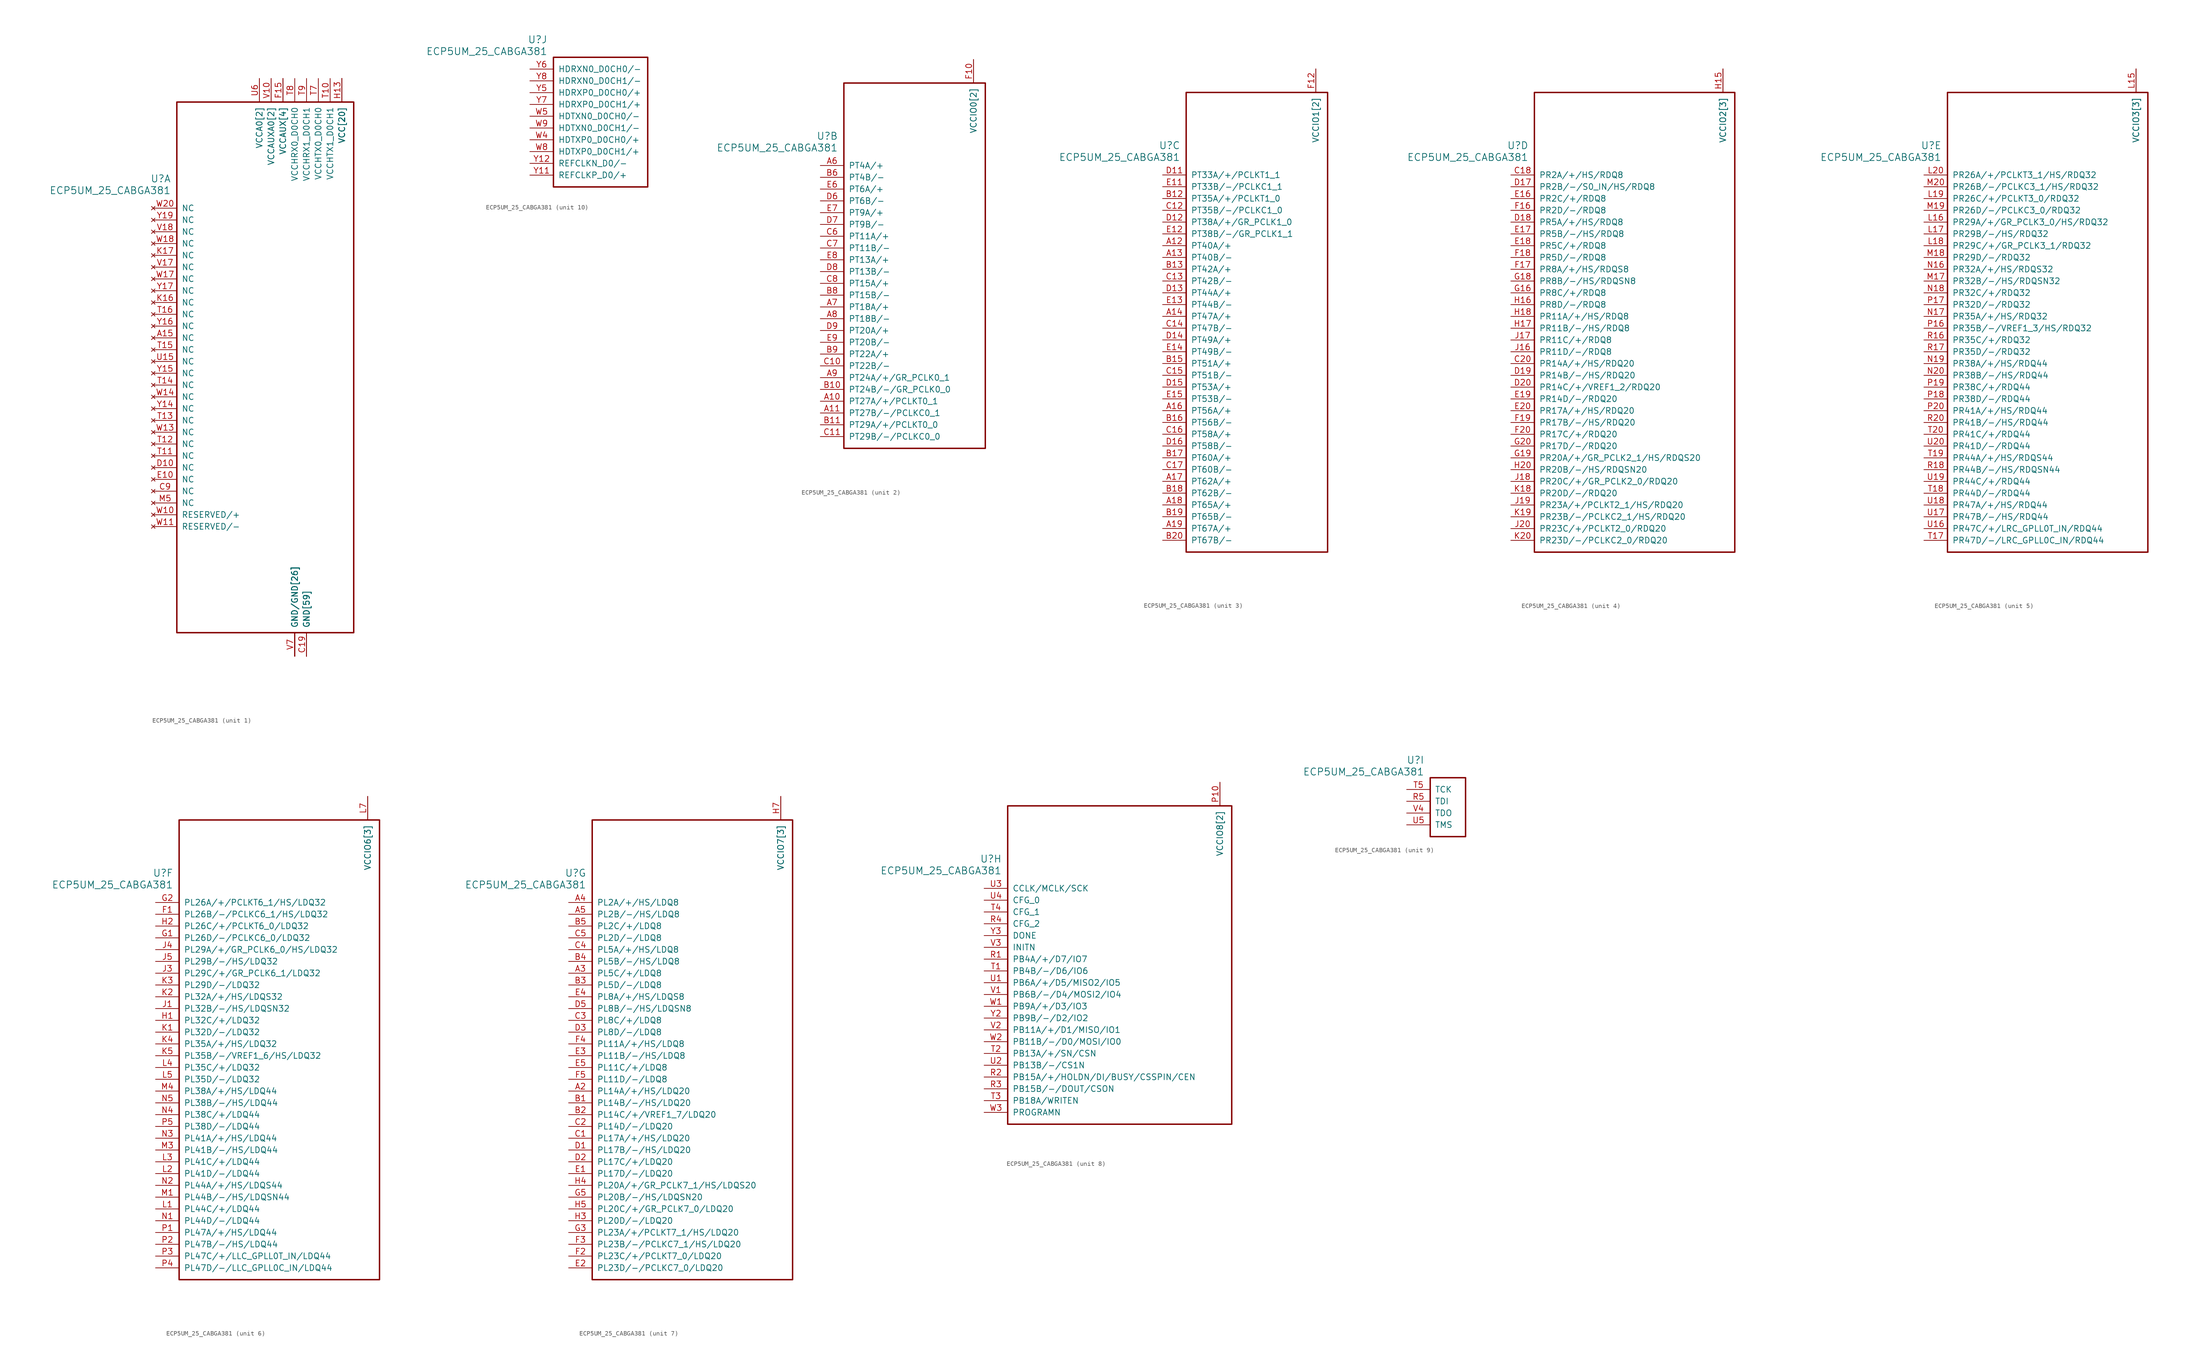
<source format=kicad_sym>
(kicad_symbol_lib
  (version 20231120)
  (generator "kicad_symbol_editor")
  (generator_version "8.0")
  (symbol "ECP5UM_25_CABGA381"
    (pin_names
      (offset 1.016))
    (property "Reference" "U"
      (at 3.81 6.35 0)
      (effects (font (size 1.524 1.524)) (justify right)))
    (property "Value" "ECP5UM_25_CABGA381"
      (at 3.81 3.81 0)
      (effects (font (size 1.524 1.524)) (justify right)))
    (property "ki_locked" ""
      (at 0 0 0)
      (effects (font (size 1.27 1.27))))
    (symbol "ECP5UM_25_CABGA381_1_1"
      (rectangle (start 5.08 22.86) (end 43.18 -91.44) (stroke (width 0.305) (type default)) (fill (type none)))
      (pin no_connect line (at 0 -27.94 0) (length 5.08) (name "NC" (effects (font (size 1.27 1.27)))) (number "A15" (effects (font (size 1.27 1.27)))))
      (pin power_in line (at 33.02 -96.52 90) (length 5.08) (name "GND[59]" (effects (font (size 1.27 1.27)))) (number "B14" (effects (font (size 0 0)))))
      (pin power_in line (at 33.02 -96.52 90) (length 5.08) (name "GND[59]" (effects (font (size 1.27 1.27)))) (number "B7" (effects (font (size 0 0)))))
      (pin power_in line (at 33.02 -96.52 90) (length 5.08) (name "GND[59]" (effects (font (size 1.27 1.27)))) (number "C19" (effects (font (size 1.27 1.27)))))
      (pin no_connect line (at 0 -60.96 0) (length 5.08) (name "NC" (effects (font (size 1.27 1.27)))) (number "C9" (effects (font (size 1.27 1.27)))))
      (pin no_connect line (at 0 -55.88 0) (length 5.08) (name "NC" (effects (font (size 1.27 1.27)))) (number "D10" (effects (font (size 1.27 1.27)))))
      (pin power_in line (at 33.02 -96.52 90) (length 5.08) (name "GND[59]" (effects (font (size 1.27 1.27)))) (number "D4" (effects (font (size 0 0)))))
      (pin no_connect line (at 0 -58.42 0) (length 5.08) (name "NC" (effects (font (size 1.27 1.27)))) (number "E10" (effects (font (size 1.27 1.27)))))
      (pin power_in line (at 33.02 -96.52 90) (length 5.08) (name "GND[59]" (effects (font (size 1.27 1.27)))) (number "F13" (effects (font (size 0 0)))))
      (pin power_in line (at 33.02 -96.52 90) (length 5.08) (name "GND[59]" (effects (font (size 1.27 1.27)))) (number "F14" (effects (font (size 0 0)))))
      (pin power_in line (at 27.94 27.94 270) (length 5.08) (name "VCCAUX[4]" (effects (font (size 1.27 1.27)))) (number "F15" (effects (font (size 1.27 1.27)))))
      (pin power_in line (at 27.94 27.94 270) (length 5.08) (name "VCCAUX[4]" (effects (font (size 1.27 1.27)))) (number "F6" (effects (font (size 0 0)))))
      (pin power_in line (at 33.02 -96.52 90) (length 5.08) (name "GND[59]" (effects (font (size 1.27 1.27)))) (number "F7" (effects (font (size 0 0)))))
      (pin power_in line (at 33.02 -96.52 90) (length 5.08) (name "GND[59]" (effects (font (size 1.27 1.27)))) (number "F8" (effects (font (size 0 0)))))
      (pin power_in line (at 33.02 -96.52 90) (length 5.08) (name "GND[59]" (effects (font (size 1.27 1.27)))) (number "G10" (effects (font (size 0 0)))))
      (pin power_in line (at 33.02 -96.52 90) (length 5.08) (name "GND[59]" (effects (font (size 1.27 1.27)))) (number "G11" (effects (font (size 0 0)))))
      (pin power_in line (at 33.02 -96.52 90) (length 5.08) (name "GND[59]" (effects (font (size 1.27 1.27)))) (number "G12" (effects (font (size 0 0)))))
      (pin power_in line (at 33.02 -96.52 90) (length 5.08) (name "GND[59]" (effects (font (size 1.27 1.27)))) (number "G13" (effects (font (size 0 0)))))
      (pin power_in line (at 33.02 -96.52 90) (length 5.08) (name "GND[59]" (effects (font (size 1.27 1.27)))) (number "G14" (effects (font (size 0 0)))))
      (pin power_in line (at 33.02 -96.52 90) (length 5.08) (name "GND[59]" (effects (font (size 1.27 1.27)))) (number "G15" (effects (font (size 0 0)))))
      (pin power_in line (at 33.02 -96.52 90) (length 5.08) (name "GND[59]" (effects (font (size 1.27 1.27)))) (number "G17" (effects (font (size 0 0)))))
      (pin power_in line (at 33.02 -96.52 90) (length 5.08) (name "GND[59]" (effects (font (size 1.27 1.27)))) (number "G4" (effects (font (size 0 0)))))
      (pin power_in line (at 33.02 -96.52 90) (length 5.08) (name "GND[59]" (effects (font (size 1.27 1.27)))) (number "G6" (effects (font (size 0 0)))))
      (pin power_in line (at 33.02 -96.52 90) (length 5.08) (name "GND[59]" (effects (font (size 1.27 1.27)))) (number "G7" (effects (font (size 0 0)))))
      (pin power_in line (at 33.02 -96.52 90) (length 5.08) (name "GND[59]" (effects (font (size 1.27 1.27)))) (number "G8" (effects (font (size 0 0)))))
      (pin power_in line (at 33.02 -96.52 90) (length 5.08) (name "GND[59]" (effects (font (size 1.27 1.27)))) (number "G9" (effects (font (size 0 0)))))
      (pin power_in line (at 40.64 27.94 270) (length 5.08) (name "VCC[20]" (effects (font (size 1.27 1.27)))) (number "H10" (effects (font (size 0 0)))))
      (pin power_in line (at 40.64 27.94 270) (length 5.08) (name "VCC[20]" (effects (font (size 1.27 1.27)))) (number "H11" (effects (font (size 0 0)))))
      (pin power_in line (at 40.64 27.94 270) (length 5.08) (name "VCC[20]" (effects (font (size 1.27 1.27)))) (number "H12" (effects (font (size 0 0)))))
      (pin power_in line (at 40.64 27.94 270) (length 5.08) (name "VCC[20]" (effects (font (size 1.27 1.27)))) (number "H13" (effects (font (size 1.27 1.27)))))
      (pin power_in line (at 33.02 -96.52 90) (length 5.08) (name "GND[59]" (effects (font (size 1.27 1.27)))) (number "H19" (effects (font (size 0 0)))))
      (pin power_in line (at 40.64 27.94 270) (length 5.08) (name "VCC[20]" (effects (font (size 1.27 1.27)))) (number "H8" (effects (font (size 0 0)))))
      (pin power_in line (at 40.64 27.94 270) (length 5.08) (name "VCC[20]" (effects (font (size 1.27 1.27)))) (number "H9" (effects (font (size 0 0)))))
      (pin power_in line (at 33.02 -96.52 90) (length 5.08) (name "GND[59]" (effects (font (size 1.27 1.27)))) (number "J10" (effects (font (size 0 0)))))
      (pin power_in line (at 33.02 -96.52 90) (length 5.08) (name "GND[59]" (effects (font (size 1.27 1.27)))) (number "J11" (effects (font (size 0 0)))))
      (pin power_in line (at 33.02 -96.52 90) (length 5.08) (name "GND[59]" (effects (font (size 1.27 1.27)))) (number "J12" (effects (font (size 0 0)))))
      (pin power_in line (at 40.64 27.94 270) (length 5.08) (name "VCC[20]" (effects (font (size 1.27 1.27)))) (number "J13" (effects (font (size 0 0)))))
      (pin power_in line (at 33.02 -96.52 90) (length 5.08) (name "GND[59]" (effects (font (size 1.27 1.27)))) (number "J14" (effects (font (size 0 0)))))
      (pin power_in line (at 33.02 -96.52 90) (length 5.08) (name "GND[59]" (effects (font (size 1.27 1.27)))) (number "J2" (effects (font (size 0 0)))))
      (pin power_in line (at 33.02 -96.52 90) (length 5.08) (name "GND[59]" (effects (font (size 1.27 1.27)))) (number "J7" (effects (font (size 0 0)))))
      (pin power_in line (at 40.64 27.94 270) (length 5.08) (name "VCC[20]" (effects (font (size 1.27 1.27)))) (number "J8" (effects (font (size 0 0)))))
      (pin power_in line (at 33.02 -96.52 90) (length 5.08) (name "GND[59]" (effects (font (size 1.27 1.27)))) (number "J9" (effects (font (size 0 0)))))
      (pin power_in line (at 33.02 -96.52 90) (length 5.08) (name "GND[59]" (effects (font (size 1.27 1.27)))) (number "K10" (effects (font (size 0 0)))))
      (pin power_in line (at 33.02 -96.52 90) (length 5.08) (name "GND[59]" (effects (font (size 1.27 1.27)))) (number "K11" (effects (font (size 0 0)))))
      (pin power_in line (at 33.02 -96.52 90) (length 5.08) (name "GND[59]" (effects (font (size 1.27 1.27)))) (number "K12" (effects (font (size 0 0)))))
      (pin power_in line (at 40.64 27.94 270) (length 5.08) (name "VCC[20]" (effects (font (size 1.27 1.27)))) (number "K13" (effects (font (size 0 0)))))
      (pin power_in line (at 33.02 -96.52 90) (length 5.08) (name "GND[59]" (effects (font (size 1.27 1.27)))) (number "K14" (effects (font (size 0 0)))))
      (pin power_in line (at 33.02 -96.52 90) (length 5.08) (name "GND[59]" (effects (font (size 1.27 1.27)))) (number "K15" (effects (font (size 0 0)))))
      (pin no_connect line (at 0 -20.32 0) (length 5.08) (name "NC" (effects (font (size 1.27 1.27)))) (number "K16" (effects (font (size 1.27 1.27)))))
      (pin no_connect line (at 0 -10.16 0) (length 5.08) (name "NC" (effects (font (size 1.27 1.27)))) (number "K17" (effects (font (size 1.27 1.27)))))
      (pin power_in line (at 33.02 -96.52 90) (length 5.08) (name "GND[59]" (effects (font (size 1.27 1.27)))) (number "K6" (effects (font (size 0 0)))))
      (pin power_in line (at 33.02 -96.52 90) (length 5.08) (name "GND[59]" (effects (font (size 1.27 1.27)))) (number "K7" (effects (font (size 0 0)))))
      (pin power_in line (at 40.64 27.94 270) (length 5.08) (name "VCC[20]" (effects (font (size 1.27 1.27)))) (number "K8" (effects (font (size 0 0)))))
      (pin power_in line (at 33.02 -96.52 90) (length 5.08) (name "GND[59]" (effects (font (size 1.27 1.27)))) (number "K9" (effects (font (size 0 0)))))
      (pin power_in line (at 33.02 -96.52 90) (length 5.08) (name "GND[59]" (effects (font (size 1.27 1.27)))) (number "L10" (effects (font (size 0 0)))))
      (pin power_in line (at 33.02 -96.52 90) (length 5.08) (name "GND[59]" (effects (font (size 1.27 1.27)))) (number "L11" (effects (font (size 0 0)))))
      (pin power_in line (at 33.02 -96.52 90) (length 5.08) (name "GND[59]" (effects (font (size 1.27 1.27)))) (number "L12" (effects (font (size 0 0)))))
      (pin power_in line (at 40.64 27.94 270) (length 5.08) (name "VCC[20]" (effects (font (size 1.27 1.27)))) (number "L13" (effects (font (size 0 0)))))
      (pin power_in line (at 40.64 27.94 270) (length 5.08) (name "VCC[20]" (effects (font (size 1.27 1.27)))) (number "L8" (effects (font (size 0 0)))))
      (pin power_in line (at 33.02 -96.52 90) (length 5.08) (name "GND[59]" (effects (font (size 1.27 1.27)))) (number "L9" (effects (font (size 0 0)))))
      (pin power_in line (at 33.02 -96.52 90) (length 5.08) (name "GND[59]" (effects (font (size 1.27 1.27)))) (number "M10" (effects (font (size 0 0)))))
      (pin power_in line (at 33.02 -96.52 90) (length 5.08) (name "GND[59]" (effects (font (size 1.27 1.27)))) (number "M11" (effects (font (size 0 0)))))
      (pin power_in line (at 33.02 -96.52 90) (length 5.08) (name "GND[59]" (effects (font (size 1.27 1.27)))) (number "M12" (effects (font (size 0 0)))))
      (pin power_in line (at 40.64 27.94 270) (length 5.08) (name "VCC[20]" (effects (font (size 1.27 1.27)))) (number "M13" (effects (font (size 0 0)))))
      (pin power_in line (at 33.02 -96.52 90) (length 5.08) (name "GND[59]" (effects (font (size 1.27 1.27)))) (number "M14" (effects (font (size 0 0)))))
      (pin power_in line (at 33.02 -96.52 90) (length 5.08) (name "GND[59]" (effects (font (size 1.27 1.27)))) (number "M16" (effects (font (size 0 0)))))
      (pin power_in line (at 33.02 -96.52 90) (length 5.08) (name "GND[59]" (effects (font (size 1.27 1.27)))) (number "M2" (effects (font (size 0 0)))))
      (pin no_connect line (at 0 -63.5 0) (length 5.08) (name "NC" (effects (font (size 1.27 1.27)))) (number "M5" (effects (font (size 1.27 1.27)))))
      (pin power_in line (at 33.02 -96.52 90) (length 5.08) (name "GND[59]" (effects (font (size 1.27 1.27)))) (number "M7" (effects (font (size 0 0)))))
      (pin power_in line (at 40.64 27.94 270) (length 5.08) (name "VCC[20]" (effects (font (size 1.27 1.27)))) (number "M8" (effects (font (size 0 0)))))
      (pin power_in line (at 33.02 -96.52 90) (length 5.08) (name "GND[59]" (effects (font (size 1.27 1.27)))) (number "M9" (effects (font (size 0 0)))))
      (pin power_in line (at 40.64 27.94 270) (length 5.08) (name "VCC[20]" (effects (font (size 1.27 1.27)))) (number "N10" (effects (font (size 0 0)))))
      (pin power_in line (at 40.64 27.94 270) (length 5.08) (name "VCC[20]" (effects (font (size 1.27 1.27)))) (number "N11" (effects (font (size 0 0)))))
      (pin power_in line (at 40.64 27.94 270) (length 5.08) (name "VCC[20]" (effects (font (size 1.27 1.27)))) (number "N12" (effects (font (size 0 0)))))
      (pin power_in line (at 40.64 27.94 270) (length 5.08) (name "VCC[20]" (effects (font (size 1.27 1.27)))) (number "N13" (effects (font (size 0 0)))))
      (pin power_in line (at 33.02 -96.52 90) (length 5.08) (name "GND[59]" (effects (font (size 1.27 1.27)))) (number "N14" (effects (font (size 0 0)))))
      (pin power_in line (at 33.02 -96.52 90) (length 5.08) (name "GND[59]" (effects (font (size 1.27 1.27)))) (number "N15" (effects (font (size 0 0)))))
      (pin power_in line (at 33.02 -96.52 90) (length 5.08) (name "GND[59]" (effects (font (size 1.27 1.27)))) (number "N6" (effects (font (size 0 0)))))
      (pin power_in line (at 33.02 -96.52 90) (length 5.08) (name "GND[59]" (effects (font (size 1.27 1.27)))) (number "N7" (effects (font (size 0 0)))))
      (pin power_in line (at 40.64 27.94 270) (length 5.08) (name "VCC[20]" (effects (font (size 1.27 1.27)))) (number "N8" (effects (font (size 0 0)))))
      (pin power_in line (at 40.64 27.94 270) (length 5.08) (name "VCC[20]" (effects (font (size 1.27 1.27)))) (number "N9" (effects (font (size 0 0)))))
      (pin power_in line (at 33.02 -96.52 90) (length 5.08) (name "GND[59]" (effects (font (size 1.27 1.27)))) (number "P11" (effects (font (size 0 0)))))
      (pin power_in line (at 33.02 -96.52 90) (length 5.08) (name "GND[59]" (effects (font (size 1.27 1.27)))) (number "P12" (effects (font (size 0 0)))))
      (pin power_in line (at 33.02 -96.52 90) (length 5.08) (name "GND[59]" (effects (font (size 1.27 1.27)))) (number "P13" (effects (font (size 0 0)))))
      (pin power_in line (at 33.02 -96.52 90) (length 5.08) (name "GND[59]" (effects (font (size 1.27 1.27)))) (number "P14" (effects (font (size 0 0)))))
      (pin power_in line (at 27.94 27.94 270) (length 5.08) (name "VCCAUX[4]" (effects (font (size 1.27 1.27)))) (number "P15" (effects (font (size 0 0)))))
      (pin power_in line (at 27.94 27.94 270) (length 5.08) (name "VCCAUX[4]" (effects (font (size 1.27 1.27)))) (number "P6" (effects (font (size 0 0)))))
      (pin power_in line (at 33.02 -96.52 90) (length 5.08) (name "GND[59]" (effects (font (size 1.27 1.27)))) (number "P7" (effects (font (size 0 0)))))
      (pin power_in line (at 33.02 -96.52 90) (length 5.08) (name "GND[59]" (effects (font (size 1.27 1.27)))) (number "P8" (effects (font (size 0 0)))))
      (pin power_in line (at 33.02 -96.52 90) (length 5.08) (name "GND[59]" (effects (font (size 1.27 1.27)))) (number "R19" (effects (font (size 0 0)))))
      (pin power_in line (at 38.1 27.94 270) (length 5.08) (name "VCCHTX1_D0CH1" (effects (font (size 1.27 1.27)))) (number "T10" (effects (font (size 1.27 1.27)))))
      (pin no_connect line (at 0 -53.34 0) (length 5.08) (name "NC" (effects (font (size 1.27 1.27)))) (number "T11" (effects (font (size 1.27 1.27)))))
      (pin no_connect line (at 0 -50.8 0) (length 5.08) (name "NC" (effects (font (size 1.27 1.27)))) (number "T12" (effects (font (size 1.27 1.27)))))
      (pin no_connect line (at 0 -45.72 0) (length 5.08) (name "NC" (effects (font (size 1.27 1.27)))) (number "T13" (effects (font (size 1.27 1.27)))))
      (pin no_connect line (at 0 -38.1 0) (length 5.08) (name "NC" (effects (font (size 1.27 1.27)))) (number "T14" (effects (font (size 1.27 1.27)))))
      (pin no_connect line (at 0 -30.48 0) (length 5.08) (name "NC" (effects (font (size 1.27 1.27)))) (number "T15" (effects (font (size 1.27 1.27)))))
      (pin no_connect line (at 0 -22.86 0) (length 5.08) (name "NC" (effects (font (size 1.27 1.27)))) (number "T16" (effects (font (size 1.27 1.27)))))
      (pin power_in line (at 22.86 27.94 270) (length 5.08) (name "VCCA0[2]" (effects (font (size 1.27 1.27)))) (number "T6" (effects (font (size 0 0)))))
      (pin power_in line (at 35.56 27.94 270) (length 5.08) (name "VCCHTX0_D0CH0" (effects (font (size 1.27 1.27)))) (number "T7" (effects (font (size 1.27 1.27)))))
      (pin power_in line (at 30.48 27.94 270) (length 5.08) (name "VCCHRX0_D0CH0" (effects (font (size 1.27 1.27)))) (number "T8" (effects (font (size 1.27 1.27)))))
      (pin power_in line (at 33.02 27.94 270) (length 5.08) (name "VCCHRX1_D0CH1" (effects (font (size 1.27 1.27)))) (number "T9" (effects (font (size 1.27 1.27)))))
      (pin power_in line (at 30.48 -96.52 90) (length 5.08) (name "GND/GND[26]" (effects (font (size 1.27 1.27)))) (number "U10" (effects (font (size 0 0)))))
      (pin power_in line (at 30.48 -96.52 90) (length 5.08) (name "GND/GND[26]" (effects (font (size 1.27 1.27)))) (number "U11" (effects (font (size 0 0)))))
      (pin power_in line (at 30.48 -96.52 90) (length 5.08) (name "GND/GND[26]" (effects (font (size 1.27 1.27)))) (number "U12" (effects (font (size 0 0)))))
      (pin power_in line (at 30.48 -96.52 90) (length 5.08) (name "GND/GND[26]" (effects (font (size 1.27 1.27)))) (number "U13" (effects (font (size 0 0)))))
      (pin power_in line (at 30.48 -96.52 90) (length 5.08) (name "GND/GND[26]" (effects (font (size 1.27 1.27)))) (number "U14" (effects (font (size 0 0)))))
      (pin no_connect line (at 0 -33.02 0) (length 5.08) (name "NC" (effects (font (size 1.27 1.27)))) (number "U15" (effects (font (size 1.27 1.27)))))
      (pin power_in line (at 22.86 27.94 270) (length 5.08) (name "VCCA0[2]" (effects (font (size 1.27 1.27)))) (number "U6" (effects (font (size 1.27 1.27)))))
      (pin power_in line (at 30.48 -96.52 90) (length 5.08) (name "GND/GND[26]" (effects (font (size 1.27 1.27)))) (number "U7" (effects (font (size 0 0)))))
      (pin power_in line (at 30.48 -96.52 90) (length 5.08) (name "GND/GND[26]" (effects (font (size 1.27 1.27)))) (number "U8" (effects (font (size 0 0)))))
      (pin power_in line (at 30.48 -96.52 90) (length 5.08) (name "GND/GND[26]" (effects (font (size 1.27 1.27)))) (number "U9" (effects (font (size 0 0)))))
      (pin power_in line (at 25.4 27.94 270) (length 5.08) (name "VCCAUXA0[2]" (effects (font (size 1.27 1.27)))) (number "V10" (effects (font (size 1.27 1.27)))))
      (pin power_in line (at 25.4 27.94 270) (length 5.08) (name "VCCAUXA0[2]" (effects (font (size 1.27 1.27)))) (number "V11" (effects (font (size 0 0)))))
      (pin power_in line (at 30.48 -96.52 90) (length 5.08) (name "GND/GND[26]" (effects (font (size 1.27 1.27)))) (number "V12" (effects (font (size 0 0)))))
      (pin power_in line (at 30.48 -96.52 90) (length 5.08) (name "GND/GND[26]" (effects (font (size 1.27 1.27)))) (number "V13" (effects (font (size 0 0)))))
      (pin power_in line (at 30.48 -96.52 90) (length 5.08) (name "GND/GND[26]" (effects (font (size 1.27 1.27)))) (number "V14" (effects (font (size 0 0)))))
      (pin power_in line (at 30.48 -96.52 90) (length 5.08) (name "GND/GND[26]" (effects (font (size 1.27 1.27)))) (number "V15" (effects (font (size 0 0)))))
      (pin power_in line (at 30.48 -96.52 90) (length 5.08) (name "GND/GND[26]" (effects (font (size 1.27 1.27)))) (number "V16" (effects (font (size 0 0)))))
      (pin no_connect line (at 0 -12.7 0) (length 5.08) (name "NC" (effects (font (size 1.27 1.27)))) (number "V17" (effects (font (size 1.27 1.27)))))
      (pin no_connect line (at 0 -5.08 0) (length 5.08) (name "NC" (effects (font (size 1.27 1.27)))) (number "V18" (effects (font (size 1.27 1.27)))))
      (pin power_in line (at 30.48 -96.52 90) (length 5.08) (name "GND/GND[26]" (effects (font (size 1.27 1.27)))) (number "V19" (effects (font (size 0 0)))))
      (pin power_in line (at 30.48 -96.52 90) (length 5.08) (name "GND/GND[26]" (effects (font (size 1.27 1.27)))) (number "V20" (effects (font (size 0 0)))))
      (pin power_in line (at 30.48 -96.52 90) (length 5.08) (name "GND/GND[26]" (effects (font (size 1.27 1.27)))) (number "V5" (effects (font (size 0 0)))))
      (pin power_in line (at 30.48 -96.52 90) (length 5.08) (name "GND/GND[26]" (effects (font (size 1.27 1.27)))) (number "V6" (effects (font (size 0 0)))))
      (pin power_in line (at 30.48 -96.52 90) (length 5.08) (name "GND/GND[26]" (effects (font (size 1.27 1.27)))) (number "V7" (effects (font (size 1.27 1.27)))))
      (pin power_in line (at 30.48 -96.52 90) (length 5.08) (name "GND/GND[26]" (effects (font (size 1.27 1.27)))) (number "V8" (effects (font (size 0 0)))))
      (pin power_in line (at 30.48 -96.52 90) (length 5.08) (name "GND/GND[26]" (effects (font (size 1.27 1.27)))) (number "V9" (effects (font (size 0 0)))))
      (pin no_connect line (at 0 -66.04 0) (length 5.08) (name "RESERVED/+" (effects (font (size 1.27 1.27)))) (number "W10" (effects (font (size 1.27 1.27)))))
      (pin no_connect line (at 0 -68.58 0) (length 5.08) (name "RESERVED/-" (effects (font (size 1.27 1.27)))) (number "W11" (effects (font (size 1.27 1.27)))))
      (pin power_in line (at 30.48 -96.52 90) (length 5.08) (name "GND/GND[26]" (effects (font (size 1.27 1.27)))) (number "W12" (effects (font (size 0 0)))))
      (pin no_connect line (at 0 -48.26 0) (length 5.08) (name "NC" (effects (font (size 1.27 1.27)))) (number "W13" (effects (font (size 1.27 1.27)))))
      (pin no_connect line (at 0 -40.64 0) (length 5.08) (name "NC" (effects (font (size 1.27 1.27)))) (number "W14" (effects (font (size 1.27 1.27)))))
      (pin power_in line (at 30.48 -96.52 90) (length 5.08) (name "GND/GND[26]" (effects (font (size 1.27 1.27)))) (number "W15" (effects (font (size 0 0)))))
      (pin power_in line (at 30.48 -96.52 90) (length 5.08) (name "GND/GND[26]" (effects (font (size 1.27 1.27)))) (number "W16" (effects (font (size 0 0)))))
      (pin no_connect line (at 0 -15.24 0) (length 5.08) (name "NC" (effects (font (size 1.27 1.27)))) (number "W17" (effects (font (size 1.27 1.27)))))
      (pin no_connect line (at 0 -7.62 0) (length 5.08) (name "NC" (effects (font (size 1.27 1.27)))) (number "W18" (effects (font (size 1.27 1.27)))))
      (pin power_in line (at 30.48 -96.52 90) (length 5.08) (name "GND/GND[26]" (effects (font (size 1.27 1.27)))) (number "W19" (effects (font (size 0 0)))))
      (pin no_connect line (at 0 0 0) (length 5.08) (name "NC" (effects (font (size 1.27 1.27)))) (number "W20" (effects (font (size 1.27 1.27)))))
      (pin power_in line (at 30.48 -96.52 90) (length 5.08) (name "GND/GND[26]" (effects (font (size 1.27 1.27)))) (number "W6" (effects (font (size 0 0)))))
      (pin power_in line (at 30.48 -96.52 90) (length 5.08) (name "GND/GND[26]" (effects (font (size 1.27 1.27)))) (number "W7" (effects (font (size 0 0)))))
      (pin no_connect line (at 0 -43.18 0) (length 5.08) (name "NC" (effects (font (size 1.27 1.27)))) (number "Y14" (effects (font (size 1.27 1.27)))))
      (pin no_connect line (at 0 -35.56 0) (length 5.08) (name "NC" (effects (font (size 1.27 1.27)))) (number "Y15" (effects (font (size 1.27 1.27)))))
      (pin no_connect line (at 0 -25.4 0) (length 5.08) (name "NC" (effects (font (size 1.27 1.27)))) (number "Y16" (effects (font (size 1.27 1.27)))))
      (pin no_connect line (at 0 -17.78 0) (length 5.08) (name "NC" (effects (font (size 1.27 1.27)))) (number "Y17" (effects (font (size 1.27 1.27)))))
      (pin no_connect line (at 0 -2.54 0) (length 5.08) (name "NC" (effects (font (size 1.27 1.27)))) (number "Y19" (effects (font (size 1.27 1.27))))))
    (symbol "ECP5UM_25_CABGA381_2_1"
      (rectangle (start 5.08 17.78) (end 35.56 -60.96) (stroke (width 0.305) (type default)) (fill (type none)))
      (pin bidirectional line (at 0 -50.8 0) (length 5.08) (name "PT27A/+/PCLKT0_1" (effects (font (size 1.27 1.27)))) (number "A10" (effects (font (size 1.27 1.27)))))
      (pin bidirectional line (at 0 -53.34 0) (length 5.08) (name "PT27B/-/PCLKC0_1" (effects (font (size 1.27 1.27)))) (number "A11" (effects (font (size 1.27 1.27)))))
      (pin bidirectional line (at 0 0 0) (length 5.08) (name "PT4A/+" (effects (font (size 1.27 1.27)))) (number "A6" (effects (font (size 1.27 1.27)))))
      (pin bidirectional line (at 0 -30.48 0) (length 5.08) (name "PT18A/+" (effects (font (size 1.27 1.27)))) (number "A7" (effects (font (size 1.27 1.27)))))
      (pin bidirectional line (at 0 -33.02 0) (length 5.08) (name "PT18B/-" (effects (font (size 1.27 1.27)))) (number "A8" (effects (font (size 1.27 1.27)))))
      (pin bidirectional line (at 0 -45.72 0) (length 5.08) (name "PT24A/+/GR_PCLK0_1" (effects (font (size 1.27 1.27)))) (number "A9" (effects (font (size 1.27 1.27)))))
      (pin bidirectional line (at 0 -48.26 0) (length 5.08) (name "PT24B/-/GR_PCLK0_0" (effects (font (size 1.27 1.27)))) (number "B10" (effects (font (size 1.27 1.27)))))
      (pin bidirectional line (at 0 -55.88 0) (length 5.08) (name "PT29A/+/PCLKT0_0" (effects (font (size 1.27 1.27)))) (number "B11" (effects (font (size 1.27 1.27)))))
      (pin bidirectional line (at 0 -2.54 0) (length 5.08) (name "PT4B/-" (effects (font (size 1.27 1.27)))) (number "B6" (effects (font (size 1.27 1.27)))))
      (pin bidirectional line (at 0 -27.94 0) (length 5.08) (name "PT15B/-" (effects (font (size 1.27 1.27)))) (number "B8" (effects (font (size 1.27 1.27)))))
      (pin bidirectional line (at 0 -40.64 0) (length 5.08) (name "PT22A/+" (effects (font (size 1.27 1.27)))) (number "B9" (effects (font (size 1.27 1.27)))))
      (pin bidirectional line (at 0 -43.18 0) (length 5.08) (name "PT22B/-" (effects (font (size 1.27 1.27)))) (number "C10" (effects (font (size 1.27 1.27)))))
      (pin bidirectional line (at 0 -58.42 0) (length 5.08) (name "PT29B/-/PCLKC0_0" (effects (font (size 1.27 1.27)))) (number "C11" (effects (font (size 1.27 1.27)))))
      (pin bidirectional line (at 0 -15.24 0) (length 5.08) (name "PT11A/+" (effects (font (size 1.27 1.27)))) (number "C6" (effects (font (size 1.27 1.27)))))
      (pin bidirectional line (at 0 -17.78 0) (length 5.08) (name "PT11B/-" (effects (font (size 1.27 1.27)))) (number "C7" (effects (font (size 1.27 1.27)))))
      (pin bidirectional line (at 0 -25.4 0) (length 5.08) (name "PT15A/+" (effects (font (size 1.27 1.27)))) (number "C8" (effects (font (size 1.27 1.27)))))
      (pin bidirectional line (at 0 -7.62 0) (length 5.08) (name "PT6B/-" (effects (font (size 1.27 1.27)))) (number "D6" (effects (font (size 1.27 1.27)))))
      (pin bidirectional line (at 0 -12.7 0) (length 5.08) (name "PT9B/-" (effects (font (size 1.27 1.27)))) (number "D7" (effects (font (size 1.27 1.27)))))
      (pin bidirectional line (at 0 -22.86 0) (length 5.08) (name "PT13B/-" (effects (font (size 1.27 1.27)))) (number "D8" (effects (font (size 1.27 1.27)))))
      (pin bidirectional line (at 0 -35.56 0) (length 5.08) (name "PT20A/+" (effects (font (size 1.27 1.27)))) (number "D9" (effects (font (size 1.27 1.27)))))
      (pin bidirectional line (at 0 -5.08 0) (length 5.08) (name "PT6A/+" (effects (font (size 1.27 1.27)))) (number "E6" (effects (font (size 1.27 1.27)))))
      (pin bidirectional line (at 0 -10.16 0) (length 5.08) (name "PT9A/+" (effects (font (size 1.27 1.27)))) (number "E7" (effects (font (size 1.27 1.27)))))
      (pin bidirectional line (at 0 -20.32 0) (length 5.08) (name "PT13A/+" (effects (font (size 1.27 1.27)))) (number "E8" (effects (font (size 1.27 1.27)))))
      (pin bidirectional line (at 0 -38.1 0) (length 5.08) (name "PT20B/-" (effects (font (size 1.27 1.27)))) (number "E9" (effects (font (size 1.27 1.27)))))
      (pin power_in line (at 33.02 22.86 270) (length 5.08) (name "VCCIO0[2]" (effects (font (size 1.27 1.27)))) (number "F10" (effects (font (size 1.27 1.27)))))
      (pin power_in line (at 33.02 22.86 270) (length 5.08) (name "VCCIO0[2]" (effects (font (size 1.27 1.27)))) (number "F9" (effects (font (size 0 0))))))
    (symbol "ECP5UM_25_CABGA381_3_1"
      (rectangle (start 5.08 17.78) (end 35.56 -81.28) (stroke (width 0.305) (type default)) (fill (type none)))
      (pin bidirectional line (at 0 -15.24 0) (length 5.08) (name "PT40A/+" (effects (font (size 1.27 1.27)))) (number "A12" (effects (font (size 1.27 1.27)))))
      (pin bidirectional line (at 0 -17.78 0) (length 5.08) (name "PT40B/-" (effects (font (size 1.27 1.27)))) (number "A13" (effects (font (size 1.27 1.27)))))
      (pin bidirectional line (at 0 -30.48 0) (length 5.08) (name "PT47A/+" (effects (font (size 1.27 1.27)))) (number "A14" (effects (font (size 1.27 1.27)))))
      (pin bidirectional line (at 0 -50.8 0) (length 5.08) (name "PT56A/+" (effects (font (size 1.27 1.27)))) (number "A16" (effects (font (size 1.27 1.27)))))
      (pin bidirectional line (at 0 -66.04 0) (length 5.08) (name "PT62A/+" (effects (font (size 1.27 1.27)))) (number "A17" (effects (font (size 1.27 1.27)))))
      (pin bidirectional line (at 0 -71.12 0) (length 5.08) (name "PT65A/+" (effects (font (size 1.27 1.27)))) (number "A18" (effects (font (size 1.27 1.27)))))
      (pin bidirectional line (at 0 -76.2 0) (length 5.08) (name "PT67A/+" (effects (font (size 1.27 1.27)))) (number "A19" (effects (font (size 1.27 1.27)))))
      (pin bidirectional line (at 0 -5.08 0) (length 5.08) (name "PT35A/+/PCLKT1_0" (effects (font (size 1.27 1.27)))) (number "B12" (effects (font (size 1.27 1.27)))))
      (pin bidirectional line (at 0 -20.32 0) (length 5.08) (name "PT42A/+" (effects (font (size 1.27 1.27)))) (number "B13" (effects (font (size 1.27 1.27)))))
      (pin bidirectional line (at 0 -40.64 0) (length 5.08) (name "PT51A/+" (effects (font (size 1.27 1.27)))) (number "B15" (effects (font (size 1.27 1.27)))))
      (pin bidirectional line (at 0 -53.34 0) (length 5.08) (name "PT56B/-" (effects (font (size 1.27 1.27)))) (number "B16" (effects (font (size 1.27 1.27)))))
      (pin bidirectional line (at 0 -60.96 0) (length 5.08) (name "PT60A/+" (effects (font (size 1.27 1.27)))) (number "B17" (effects (font (size 1.27 1.27)))))
      (pin bidirectional line (at 0 -68.58 0) (length 5.08) (name "PT62B/-" (effects (font (size 1.27 1.27)))) (number "B18" (effects (font (size 1.27 1.27)))))
      (pin bidirectional line (at 0 -73.66 0) (length 5.08) (name "PT65B/-" (effects (font (size 1.27 1.27)))) (number "B19" (effects (font (size 1.27 1.27)))))
      (pin bidirectional line (at 0 -78.74 0) (length 5.08) (name "PT67B/-" (effects (font (size 1.27 1.27)))) (number "B20" (effects (font (size 1.27 1.27)))))
      (pin bidirectional line (at 0 -7.62 0) (length 5.08) (name "PT35B/-/PCLKC1_0" (effects (font (size 1.27 1.27)))) (number "C12" (effects (font (size 1.27 1.27)))))
      (pin bidirectional line (at 0 -22.86 0) (length 5.08) (name "PT42B/-" (effects (font (size 1.27 1.27)))) (number "C13" (effects (font (size 1.27 1.27)))))
      (pin bidirectional line (at 0 -33.02 0) (length 5.08) (name "PT47B/-" (effects (font (size 1.27 1.27)))) (number "C14" (effects (font (size 1.27 1.27)))))
      (pin bidirectional line (at 0 -43.18 0) (length 5.08) (name "PT51B/-" (effects (font (size 1.27 1.27)))) (number "C15" (effects (font (size 1.27 1.27)))))
      (pin bidirectional line (at 0 -55.88 0) (length 5.08) (name "PT58A/+" (effects (font (size 1.27 1.27)))) (number "C16" (effects (font (size 1.27 1.27)))))
      (pin bidirectional line (at 0 -63.5 0) (length 5.08) (name "PT60B/-" (effects (font (size 1.27 1.27)))) (number "C17" (effects (font (size 1.27 1.27)))))
      (pin bidirectional line (at 0 0 0) (length 5.08) (name "PT33A/+/PCLKT1_1" (effects (font (size 1.27 1.27)))) (number "D11" (effects (font (size 1.27 1.27)))))
      (pin bidirectional line (at 0 -10.16 0) (length 5.08) (name "PT38A/+/GR_PCLK1_0" (effects (font (size 1.27 1.27)))) (number "D12" (effects (font (size 1.27 1.27)))))
      (pin bidirectional line (at 0 -25.4 0) (length 5.08) (name "PT44A/+" (effects (font (size 1.27 1.27)))) (number "D13" (effects (font (size 1.27 1.27)))))
      (pin bidirectional line (at 0 -35.56 0) (length 5.08) (name "PT49A/+" (effects (font (size 1.27 1.27)))) (number "D14" (effects (font (size 1.27 1.27)))))
      (pin bidirectional line (at 0 -45.72 0) (length 5.08) (name "PT53A/+" (effects (font (size 1.27 1.27)))) (number "D15" (effects (font (size 1.27 1.27)))))
      (pin bidirectional line (at 0 -58.42 0) (length 5.08) (name "PT58B/-" (effects (font (size 1.27 1.27)))) (number "D16" (effects (font (size 1.27 1.27)))))
      (pin bidirectional line (at 0 -2.54 0) (length 5.08) (name "PT33B/-/PCLKC1_1" (effects (font (size 1.27 1.27)))) (number "E11" (effects (font (size 1.27 1.27)))))
      (pin bidirectional line (at 0 -12.7 0) (length 5.08) (name "PT38B/-/GR_PCLK1_1" (effects (font (size 1.27 1.27)))) (number "E12" (effects (font (size 1.27 1.27)))))
      (pin bidirectional line (at 0 -27.94 0) (length 5.08) (name "PT44B/-" (effects (font (size 1.27 1.27)))) (number "E13" (effects (font (size 1.27 1.27)))))
      (pin bidirectional line (at 0 -38.1 0) (length 5.08) (name "PT49B/-" (effects (font (size 1.27 1.27)))) (number "E14" (effects (font (size 1.27 1.27)))))
      (pin bidirectional line (at 0 -48.26 0) (length 5.08) (name "PT53B/-" (effects (font (size 1.27 1.27)))) (number "E15" (effects (font (size 1.27 1.27)))))
      (pin power_in line (at 33.02 22.86 270) (length 5.08) (name "VCCIO1[2]" (effects (font (size 1.27 1.27)))) (number "F11" (effects (font (size 0 0)))))
      (pin power_in line (at 33.02 22.86 270) (length 5.08) (name "VCCIO1[2]" (effects (font (size 1.27 1.27)))) (number "F12" (effects (font (size 1.27 1.27))))))
    (symbol "ECP5UM_25_CABGA381_4_1"
      (rectangle (start 5.08 17.78) (end 48.26 -81.28) (stroke (width 0.305) (type default)) (fill (type none)))
      (pin bidirectional line (at 0 0 0) (length 5.08) (name "PR2A/+/HS/RDQ8" (effects (font (size 1.27 1.27)))) (number "C18" (effects (font (size 1.27 1.27)))))
      (pin bidirectional line (at 0 -40.64 0) (length 5.08) (name "PR14A/+/HS/RDQ20" (effects (font (size 1.27 1.27)))) (number "C20" (effects (font (size 1.27 1.27)))))
      (pin bidirectional line (at 0 -2.54 0) (length 5.08) (name "PR2B/-/S0_IN/HS/RDQ8" (effects (font (size 1.27 1.27)))) (number "D17" (effects (font (size 1.27 1.27)))))
      (pin bidirectional line (at 0 -10.16 0) (length 5.08) (name "PR5A/+/HS/RDQ8" (effects (font (size 1.27 1.27)))) (number "D18" (effects (font (size 1.27 1.27)))))
      (pin bidirectional line (at 0 -43.18 0) (length 5.08) (name "PR14B/-/HS/RDQ20" (effects (font (size 1.27 1.27)))) (number "D19" (effects (font (size 1.27 1.27)))))
      (pin bidirectional line (at 0 -45.72 0) (length 5.08) (name "PR14C/+/VREF1_2/RDQ20" (effects (font (size 1.27 1.27)))) (number "D20" (effects (font (size 1.27 1.27)))))
      (pin bidirectional line (at 0 -5.08 0) (length 5.08) (name "PR2C/+/RDQ8" (effects (font (size 1.27 1.27)))) (number "E16" (effects (font (size 1.27 1.27)))))
      (pin bidirectional line (at 0 -12.7 0) (length 5.08) (name "PR5B/-/HS/RDQ8" (effects (font (size 1.27 1.27)))) (number "E17" (effects (font (size 1.27 1.27)))))
      (pin bidirectional line (at 0 -15.24 0) (length 5.08) (name "PR5C/+/RDQ8" (effects (font (size 1.27 1.27)))) (number "E18" (effects (font (size 1.27 1.27)))))
      (pin bidirectional line (at 0 -48.26 0) (length 5.08) (name "PR14D/-/RDQ20" (effects (font (size 1.27 1.27)))) (number "E19" (effects (font (size 1.27 1.27)))))
      (pin bidirectional line (at 0 -50.8 0) (length 5.08) (name "PR17A/+/HS/RDQ20" (effects (font (size 1.27 1.27)))) (number "E20" (effects (font (size 1.27 1.27)))))
      (pin bidirectional line (at 0 -7.62 0) (length 5.08) (name "PR2D/-/RDQ8" (effects (font (size 1.27 1.27)))) (number "F16" (effects (font (size 1.27 1.27)))))
      (pin bidirectional line (at 0 -20.32 0) (length 5.08) (name "PR8A/+/HS/RDQS8" (effects (font (size 1.27 1.27)))) (number "F17" (effects (font (size 1.27 1.27)))))
      (pin bidirectional line (at 0 -17.78 0) (length 5.08) (name "PR5D/-/RDQ8" (effects (font (size 1.27 1.27)))) (number "F18" (effects (font (size 1.27 1.27)))))
      (pin bidirectional line (at 0 -53.34 0) (length 5.08) (name "PR17B/-/HS/RDQ20" (effects (font (size 1.27 1.27)))) (number "F19" (effects (font (size 1.27 1.27)))))
      (pin bidirectional line (at 0 -55.88 0) (length 5.08) (name "PR17C/+/RDQ20" (effects (font (size 1.27 1.27)))) (number "F20" (effects (font (size 1.27 1.27)))))
      (pin bidirectional line (at 0 -25.4 0) (length 5.08) (name "PR8C/+/RDQ8" (effects (font (size 1.27 1.27)))) (number "G16" (effects (font (size 1.27 1.27)))))
      (pin bidirectional line (at 0 -22.86 0) (length 5.08) (name "PR8B/-/HS/RDQSN8" (effects (font (size 1.27 1.27)))) (number "G18" (effects (font (size 1.27 1.27)))))
      (pin bidirectional line (at 0 -60.96 0) (length 5.08) (name "PR20A/+/GR_PCLK2_1/HS/RDQS20" (effects (font (size 1.27 1.27)))) (number "G19" (effects (font (size 1.27 1.27)))))
      (pin bidirectional line (at 0 -58.42 0) (length 5.08) (name "PR17D/-/RDQ20" (effects (font (size 1.27 1.27)))) (number "G20" (effects (font (size 1.27 1.27)))))
      (pin power_in line (at 45.72 22.86 270) (length 5.08) (name "VCCIO2[3]" (effects (font (size 1.27 1.27)))) (number "H14" (effects (font (size 0 0)))))
      (pin power_in line (at 45.72 22.86 270) (length 5.08) (name "VCCIO2[3]" (effects (font (size 1.27 1.27)))) (number "H15" (effects (font (size 1.27 1.27)))))
      (pin bidirectional line (at 0 -27.94 0) (length 5.08) (name "PR8D/-/RDQ8" (effects (font (size 1.27 1.27)))) (number "H16" (effects (font (size 1.27 1.27)))))
      (pin bidirectional line (at 0 -33.02 0) (length 5.08) (name "PR11B/-/HS/RDQ8" (effects (font (size 1.27 1.27)))) (number "H17" (effects (font (size 1.27 1.27)))))
      (pin bidirectional line (at 0 -30.48 0) (length 5.08) (name "PR11A/+/HS/RDQ8" (effects (font (size 1.27 1.27)))) (number "H18" (effects (font (size 1.27 1.27)))))
      (pin bidirectional line (at 0 -63.5 0) (length 5.08) (name "PR20B/-/HS/RDQSN20" (effects (font (size 1.27 1.27)))) (number "H20" (effects (font (size 1.27 1.27)))))
      (pin power_in line (at 45.72 22.86 270) (length 5.08) (name "VCCIO2[3]" (effects (font (size 1.27 1.27)))) (number "J15" (effects (font (size 0 0)))))
      (pin bidirectional line (at 0 -38.1 0) (length 5.08) (name "PR11D/-/RDQ8" (effects (font (size 1.27 1.27)))) (number "J16" (effects (font (size 1.27 1.27)))))
      (pin bidirectional line (at 0 -35.56 0) (length 5.08) (name "PR11C/+/RDQ8" (effects (font (size 1.27 1.27)))) (number "J17" (effects (font (size 1.27 1.27)))))
      (pin bidirectional line (at 0 -66.04 0) (length 5.08) (name "PR20C/+/GR_PCLK2_0/RDQ20" (effects (font (size 1.27 1.27)))) (number "J18" (effects (font (size 1.27 1.27)))))
      (pin bidirectional line (at 0 -71.12 0) (length 5.08) (name "PR23A/+/PCLKT2_1/HS/RDQ20" (effects (font (size 1.27 1.27)))) (number "J19" (effects (font (size 1.27 1.27)))))
      (pin bidirectional line (at 0 -76.2 0) (length 5.08) (name "PR23C/+/PCLKT2_0/RDQ20" (effects (font (size 1.27 1.27)))) (number "J20" (effects (font (size 1.27 1.27)))))
      (pin bidirectional line (at 0 -68.58 0) (length 5.08) (name "PR20D/-/RDQ20" (effects (font (size 1.27 1.27)))) (number "K18" (effects (font (size 1.27 1.27)))))
      (pin bidirectional line (at 0 -73.66 0) (length 5.08) (name "PR23B/-/PCLKC2_1/HS/RDQ20" (effects (font (size 1.27 1.27)))) (number "K19" (effects (font (size 1.27 1.27)))))
      (pin bidirectional line (at 0 -78.74 0) (length 5.08) (name "PR23D/-/PCLKC2_0/RDQ20" (effects (font (size 1.27 1.27)))) (number "K20" (effects (font (size 1.27 1.27))))))
    (symbol "ECP5UM_25_CABGA381_5_1"
      (rectangle (start 5.08 17.78) (end 48.26 -81.28) (stroke (width 0.305) (type default)) (fill (type none)))
      (pin power_in line (at 45.72 22.86 270) (length 5.08) (name "VCCIO3[3]" (effects (font (size 1.27 1.27)))) (number "L14" (effects (font (size 0 0)))))
      (pin power_in line (at 45.72 22.86 270) (length 5.08) (name "VCCIO3[3]" (effects (font (size 1.27 1.27)))) (number "L15" (effects (font (size 1.27 1.27)))))
      (pin bidirectional line (at 0 -10.16 0) (length 5.08) (name "PR29A/+/GR_PCLK3_0/HS/RDQ32" (effects (font (size 1.27 1.27)))) (number "L16" (effects (font (size 1.27 1.27)))))
      (pin bidirectional line (at 0 -12.7 0) (length 5.08) (name "PR29B/-/HS/RDQ32" (effects (font (size 1.27 1.27)))) (number "L17" (effects (font (size 1.27 1.27)))))
      (pin bidirectional line (at 0 -15.24 0) (length 5.08) (name "PR29C/+/GR_PCLK3_1/RDQ32" (effects (font (size 1.27 1.27)))) (number "L18" (effects (font (size 1.27 1.27)))))
      (pin bidirectional line (at 0 -5.08 0) (length 5.08) (name "PR26C/+/PCLKT3_0/RDQ32" (effects (font (size 1.27 1.27)))) (number "L19" (effects (font (size 1.27 1.27)))))
      (pin bidirectional line (at 0 0 0) (length 5.08) (name "PR26A/+/PCLKT3_1/HS/RDQ32" (effects (font (size 1.27 1.27)))) (number "L20" (effects (font (size 1.27 1.27)))))
      (pin power_in line (at 45.72 22.86 270) (length 5.08) (name "VCCIO3[3]" (effects (font (size 1.27 1.27)))) (number "M15" (effects (font (size 0 0)))))
      (pin bidirectional line (at 0 -22.86 0) (length 5.08) (name "PR32B/-/HS/RDQSN32" (effects (font (size 1.27 1.27)))) (number "M17" (effects (font (size 1.27 1.27)))))
      (pin bidirectional line (at 0 -17.78 0) (length 5.08) (name "PR29D/-/RDQ32" (effects (font (size 1.27 1.27)))) (number "M18" (effects (font (size 1.27 1.27)))))
      (pin bidirectional line (at 0 -7.62 0) (length 5.08) (name "PR26D/-/PCLKC3_0/RDQ32" (effects (font (size 1.27 1.27)))) (number "M19" (effects (font (size 1.27 1.27)))))
      (pin bidirectional line (at 0 -2.54 0) (length 5.08) (name "PR26B/-/PCLKC3_1/HS/RDQ32" (effects (font (size 1.27 1.27)))) (number "M20" (effects (font (size 1.27 1.27)))))
      (pin bidirectional line (at 0 -20.32 0) (length 5.08) (name "PR32A/+/HS/RDQS32" (effects (font (size 1.27 1.27)))) (number "N16" (effects (font (size 1.27 1.27)))))
      (pin bidirectional line (at 0 -30.48 0) (length 5.08) (name "PR35A/+/HS/RDQ32" (effects (font (size 1.27 1.27)))) (number "N17" (effects (font (size 1.27 1.27)))))
      (pin bidirectional line (at 0 -25.4 0) (length 5.08) (name "PR32C/+/RDQ32" (effects (font (size 1.27 1.27)))) (number "N18" (effects (font (size 1.27 1.27)))))
      (pin bidirectional line (at 0 -40.64 0) (length 5.08) (name "PR38A/+/HS/RDQ44" (effects (font (size 1.27 1.27)))) (number "N19" (effects (font (size 1.27 1.27)))))
      (pin bidirectional line (at 0 -43.18 0) (length 5.08) (name "PR38B/-/HS/RDQ44" (effects (font (size 1.27 1.27)))) (number "N20" (effects (font (size 1.27 1.27)))))
      (pin bidirectional line (at 0 -33.02 0) (length 5.08) (name "PR35B/-/VREF1_3/HS/RDQ32" (effects (font (size 1.27 1.27)))) (number "P16" (effects (font (size 1.27 1.27)))))
      (pin bidirectional line (at 0 -27.94 0) (length 5.08) (name "PR32D/-/RDQ32" (effects (font (size 1.27 1.27)))) (number "P17" (effects (font (size 1.27 1.27)))))
      (pin bidirectional line (at 0 -48.26 0) (length 5.08) (name "PR38D/-/RDQ44" (effects (font (size 1.27 1.27)))) (number "P18" (effects (font (size 1.27 1.27)))))
      (pin bidirectional line (at 0 -45.72 0) (length 5.08) (name "PR38C/+/RDQ44" (effects (font (size 1.27 1.27)))) (number "P19" (effects (font (size 1.27 1.27)))))
      (pin bidirectional line (at 0 -50.8 0) (length 5.08) (name "PR41A/+/HS/RDQ44" (effects (font (size 1.27 1.27)))) (number "P20" (effects (font (size 1.27 1.27)))))
      (pin bidirectional line (at 0 -35.56 0) (length 5.08) (name "PR35C/+/RDQ32" (effects (font (size 1.27 1.27)))) (number "R16" (effects (font (size 1.27 1.27)))))
      (pin bidirectional line (at 0 -38.1 0) (length 5.08) (name "PR35D/-/RDQ32" (effects (font (size 1.27 1.27)))) (number "R17" (effects (font (size 1.27 1.27)))))
      (pin bidirectional line (at 0 -63.5 0) (length 5.08) (name "PR44B/-/HS/RDQSN44" (effects (font (size 1.27 1.27)))) (number "R18" (effects (font (size 1.27 1.27)))))
      (pin bidirectional line (at 0 -53.34 0) (length 5.08) (name "PR41B/-/HS/RDQ44" (effects (font (size 1.27 1.27)))) (number "R20" (effects (font (size 1.27 1.27)))))
      (pin bidirectional line (at 0 -78.74 0) (length 5.08) (name "PR47D/-/LRC_GPLL0C_IN/RDQ44" (effects (font (size 1.27 1.27)))) (number "T17" (effects (font (size 1.27 1.27)))))
      (pin bidirectional line (at 0 -68.58 0) (length 5.08) (name "PR44D/-/RDQ44" (effects (font (size 1.27 1.27)))) (number "T18" (effects (font (size 1.27 1.27)))))
      (pin bidirectional line (at 0 -60.96 0) (length 5.08) (name "PR44A/+/HS/RDQS44" (effects (font (size 1.27 1.27)))) (number "T19" (effects (font (size 1.27 1.27)))))
      (pin bidirectional line (at 0 -55.88 0) (length 5.08) (name "PR41C/+/RDQ44" (effects (font (size 1.27 1.27)))) (number "T20" (effects (font (size 1.27 1.27)))))
      (pin bidirectional line (at 0 -76.2 0) (length 5.08) (name "PR47C/+/LRC_GPLL0T_IN/RDQ44" (effects (font (size 1.27 1.27)))) (number "U16" (effects (font (size 1.27 1.27)))))
      (pin bidirectional line (at 0 -73.66 0) (length 5.08) (name "PR47B/-/HS/RDQ44" (effects (font (size 1.27 1.27)))) (number "U17" (effects (font (size 1.27 1.27)))))
      (pin bidirectional line (at 0 -71.12 0) (length 5.08) (name "PR47A/+/HS/RDQ44" (effects (font (size 1.27 1.27)))) (number "U18" (effects (font (size 1.27 1.27)))))
      (pin bidirectional line (at 0 -66.04 0) (length 5.08) (name "PR44C/+/RDQ44" (effects (font (size 1.27 1.27)))) (number "U19" (effects (font (size 1.27 1.27)))))
      (pin bidirectional line (at 0 -58.42 0) (length 5.08) (name "PR41D/-/RDQ44" (effects (font (size 1.27 1.27)))) (number "U20" (effects (font (size 1.27 1.27))))))
    (symbol "ECP5UM_25_CABGA381_6_1"
      (rectangle (start 5.08 17.78) (end 48.26 -81.28) (stroke (width 0.305) (type default)) (fill (type none)))
      (pin bidirectional line (at 0 -2.54 0) (length 5.08) (name "PL26B/-/PCLKC6_1/HS/LDQ32" (effects (font (size 1.27 1.27)))) (number "F1" (effects (font (size 1.27 1.27)))))
      (pin bidirectional line (at 0 -7.62 0) (length 5.08) (name "PL26D/-/PCLKC6_0/LDQ32" (effects (font (size 1.27 1.27)))) (number "G1" (effects (font (size 1.27 1.27)))))
      (pin bidirectional line (at 0 0 0) (length 5.08) (name "PL26A/+/PCLKT6_1/HS/LDQ32" (effects (font (size 1.27 1.27)))) (number "G2" (effects (font (size 1.27 1.27)))))
      (pin bidirectional line (at 0 -25.4 0) (length 5.08) (name "PL32C/+/LDQ32" (effects (font (size 1.27 1.27)))) (number "H1" (effects (font (size 1.27 1.27)))))
      (pin bidirectional line (at 0 -5.08 0) (length 5.08) (name "PL26C/+/PCLKT6_0/LDQ32" (effects (font (size 1.27 1.27)))) (number "H2" (effects (font (size 1.27 1.27)))))
      (pin bidirectional line (at 0 -22.86 0) (length 5.08) (name "PL32B/-/HS/LDQSN32" (effects (font (size 1.27 1.27)))) (number "J1" (effects (font (size 1.27 1.27)))))
      (pin bidirectional line (at 0 -15.24 0) (length 5.08) (name "PL29C/+/GR_PCLK6_1/LDQ32" (effects (font (size 1.27 1.27)))) (number "J3" (effects (font (size 1.27 1.27)))))
      (pin bidirectional line (at 0 -10.16 0) (length 5.08) (name "PL29A/+/GR_PCLK6_0/HS/LDQ32" (effects (font (size 1.27 1.27)))) (number "J4" (effects (font (size 1.27 1.27)))))
      (pin bidirectional line (at 0 -12.7 0) (length 5.08) (name "PL29B/-/HS/LDQ32" (effects (font (size 1.27 1.27)))) (number "J5" (effects (font (size 1.27 1.27)))))
      (pin bidirectional line (at 0 -27.94 0) (length 5.08) (name "PL32D/-/LDQ32" (effects (font (size 1.27 1.27)))) (number "K1" (effects (font (size 1.27 1.27)))))
      (pin bidirectional line (at 0 -20.32 0) (length 5.08) (name "PL32A/+/HS/LDQS32" (effects (font (size 1.27 1.27)))) (number "K2" (effects (font (size 1.27 1.27)))))
      (pin bidirectional line (at 0 -17.78 0) (length 5.08) (name "PL29D/-/LDQ32" (effects (font (size 1.27 1.27)))) (number "K3" (effects (font (size 1.27 1.27)))))
      (pin bidirectional line (at 0 -30.48 0) (length 5.08) (name "PL35A/+/HS/LDQ32" (effects (font (size 1.27 1.27)))) (number "K4" (effects (font (size 1.27 1.27)))))
      (pin bidirectional line (at 0 -33.02 0) (length 5.08) (name "PL35B/-/VREF1_6/HS/LDQ32" (effects (font (size 1.27 1.27)))) (number "K5" (effects (font (size 1.27 1.27)))))
      (pin bidirectional line (at 0 -66.04 0) (length 5.08) (name "PL44C/+/LDQ44" (effects (font (size 1.27 1.27)))) (number "L1" (effects (font (size 1.27 1.27)))))
      (pin bidirectional line (at 0 -58.42 0) (length 5.08) (name "PL41D/-/LDQ44" (effects (font (size 1.27 1.27)))) (number "L2" (effects (font (size 1.27 1.27)))))
      (pin bidirectional line (at 0 -55.88 0) (length 5.08) (name "PL41C/+/LDQ44" (effects (font (size 1.27 1.27)))) (number "L3" (effects (font (size 1.27 1.27)))))
      (pin bidirectional line (at 0 -35.56 0) (length 5.08) (name "PL35C/+/LDQ32" (effects (font (size 1.27 1.27)))) (number "L4" (effects (font (size 1.27 1.27)))))
      (pin bidirectional line (at 0 -38.1 0) (length 5.08) (name "PL35D/-/LDQ32" (effects (font (size 1.27 1.27)))) (number "L5" (effects (font (size 1.27 1.27)))))
      (pin power_in line (at 45.72 22.86 270) (length 5.08) (name "VCCIO6[3]" (effects (font (size 1.27 1.27)))) (number "L6" (effects (font (size 0 0)))))
      (pin power_in line (at 45.72 22.86 270) (length 5.08) (name "VCCIO6[3]" (effects (font (size 1.27 1.27)))) (number "L7" (effects (font (size 1.27 1.27)))))
      (pin bidirectional line (at 0 -63.5 0) (length 5.08) (name "PL44B/-/HS/LDQSN44" (effects (font (size 1.27 1.27)))) (number "M1" (effects (font (size 1.27 1.27)))))
      (pin bidirectional line (at 0 -53.34 0) (length 5.08) (name "PL41B/-/HS/LDQ44" (effects (font (size 1.27 1.27)))) (number "M3" (effects (font (size 1.27 1.27)))))
      (pin bidirectional line (at 0 -40.64 0) (length 5.08) (name "PL38A/+/HS/LDQ44" (effects (font (size 1.27 1.27)))) (number "M4" (effects (font (size 1.27 1.27)))))
      (pin power_in line (at 45.72 22.86 270) (length 5.08) (name "VCCIO6[3]" (effects (font (size 1.27 1.27)))) (number "M6" (effects (font (size 0 0)))))
      (pin bidirectional line (at 0 -68.58 0) (length 5.08) (name "PL44D/-/LDQ44" (effects (font (size 1.27 1.27)))) (number "N1" (effects (font (size 1.27 1.27)))))
      (pin bidirectional line (at 0 -60.96 0) (length 5.08) (name "PL44A/+/HS/LDQS44" (effects (font (size 1.27 1.27)))) (number "N2" (effects (font (size 1.27 1.27)))))
      (pin bidirectional line (at 0 -50.8 0) (length 5.08) (name "PL41A/+/HS/LDQ44" (effects (font (size 1.27 1.27)))) (number "N3" (effects (font (size 1.27 1.27)))))
      (pin bidirectional line (at 0 -45.72 0) (length 5.08) (name "PL38C/+/LDQ44" (effects (font (size 1.27 1.27)))) (number "N4" (effects (font (size 1.27 1.27)))))
      (pin bidirectional line (at 0 -43.18 0) (length 5.08) (name "PL38B/-/HS/LDQ44" (effects (font (size 1.27 1.27)))) (number "N5" (effects (font (size 1.27 1.27)))))
      (pin bidirectional line (at 0 -71.12 0) (length 5.08) (name "PL47A/+/HS/LDQ44" (effects (font (size 1.27 1.27)))) (number "P1" (effects (font (size 1.27 1.27)))))
      (pin bidirectional line (at 0 -73.66 0) (length 5.08) (name "PL47B/-/HS/LDQ44" (effects (font (size 1.27 1.27)))) (number "P2" (effects (font (size 1.27 1.27)))))
      (pin bidirectional line (at 0 -76.2 0) (length 5.08) (name "PL47C/+/LLC_GPLL0T_IN/LDQ44" (effects (font (size 1.27 1.27)))) (number "P3" (effects (font (size 1.27 1.27)))))
      (pin bidirectional line (at 0 -78.74 0) (length 5.08) (name "PL47D/-/LLC_GPLL0C_IN/LDQ44" (effects (font (size 1.27 1.27)))) (number "P4" (effects (font (size 1.27 1.27)))))
      (pin bidirectional line (at 0 -48.26 0) (length 5.08) (name "PL38D/-/LDQ44" (effects (font (size 1.27 1.27)))) (number "P5" (effects (font (size 1.27 1.27))))))
    (symbol "ECP5UM_25_CABGA381_7_1"
      (rectangle (start 5.08 17.78) (end 48.26 -81.28) (stroke (width 0.305) (type default)) (fill (type none)))
      (pin bidirectional line (at 0 -40.64 0) (length 5.08) (name "PL14A/+/HS/LDQ20" (effects (font (size 1.27 1.27)))) (number "A2" (effects (font (size 1.27 1.27)))))
      (pin bidirectional line (at 0 -15.24 0) (length 5.08) (name "PL5C/+/LDQ8" (effects (font (size 1.27 1.27)))) (number "A3" (effects (font (size 1.27 1.27)))))
      (pin bidirectional line (at 0 0 0) (length 5.08) (name "PL2A/+/HS/LDQ8" (effects (font (size 1.27 1.27)))) (number "A4" (effects (font (size 1.27 1.27)))))
      (pin bidirectional line (at 0 -2.54 0) (length 5.08) (name "PL2B/-/HS/LDQ8" (effects (font (size 1.27 1.27)))) (number "A5" (effects (font (size 1.27 1.27)))))
      (pin bidirectional line (at 0 -43.18 0) (length 5.08) (name "PL14B/-/HS/LDQ20" (effects (font (size 1.27 1.27)))) (number "B1" (effects (font (size 1.27 1.27)))))
      (pin bidirectional line (at 0 -45.72 0) (length 5.08) (name "PL14C/+/VREF1_7/LDQ20" (effects (font (size 1.27 1.27)))) (number "B2" (effects (font (size 1.27 1.27)))))
      (pin bidirectional line (at 0 -17.78 0) (length 5.08) (name "PL5D/-/LDQ8" (effects (font (size 1.27 1.27)))) (number "B3" (effects (font (size 1.27 1.27)))))
      (pin bidirectional line (at 0 -12.7 0) (length 5.08) (name "PL5B/-/HS/LDQ8" (effects (font (size 1.27 1.27)))) (number "B4" (effects (font (size 1.27 1.27)))))
      (pin bidirectional line (at 0 -5.08 0) (length 5.08) (name "PL2C/+/LDQ8" (effects (font (size 1.27 1.27)))) (number "B5" (effects (font (size 1.27 1.27)))))
      (pin bidirectional line (at 0 -50.8 0) (length 5.08) (name "PL17A/+/HS/LDQ20" (effects (font (size 1.27 1.27)))) (number "C1" (effects (font (size 1.27 1.27)))))
      (pin bidirectional line (at 0 -48.26 0) (length 5.08) (name "PL14D/-/LDQ20" (effects (font (size 1.27 1.27)))) (number "C2" (effects (font (size 1.27 1.27)))))
      (pin bidirectional line (at 0 -25.4 0) (length 5.08) (name "PL8C/+/LDQ8" (effects (font (size 1.27 1.27)))) (number "C3" (effects (font (size 1.27 1.27)))))
      (pin bidirectional line (at 0 -10.16 0) (length 5.08) (name "PL5A/+/HS/LDQ8" (effects (font (size 1.27 1.27)))) (number "C4" (effects (font (size 1.27 1.27)))))
      (pin bidirectional line (at 0 -7.62 0) (length 5.08) (name "PL2D/-/LDQ8" (effects (font (size 1.27 1.27)))) (number "C5" (effects (font (size 1.27 1.27)))))
      (pin bidirectional line (at 0 -53.34 0) (length 5.08) (name "PL17B/-/HS/LDQ20" (effects (font (size 1.27 1.27)))) (number "D1" (effects (font (size 1.27 1.27)))))
      (pin bidirectional line (at 0 -55.88 0) (length 5.08) (name "PL17C/+/LDQ20" (effects (font (size 1.27 1.27)))) (number "D2" (effects (font (size 1.27 1.27)))))
      (pin bidirectional line (at 0 -27.94 0) (length 5.08) (name "PL8D/-/LDQ8" (effects (font (size 1.27 1.27)))) (number "D3" (effects (font (size 1.27 1.27)))))
      (pin bidirectional line (at 0 -22.86 0) (length 5.08) (name "PL8B/-/HS/LDQSN8" (effects (font (size 1.27 1.27)))) (number "D5" (effects (font (size 1.27 1.27)))))
      (pin bidirectional line (at 0 -58.42 0) (length 5.08) (name "PL17D/-/LDQ20" (effects (font (size 1.27 1.27)))) (number "E1" (effects (font (size 1.27 1.27)))))
      (pin bidirectional line (at 0 -78.74 0) (length 5.08) (name "PL23D/-/PCLKC7_0/LDQ20" (effects (font (size 1.27 1.27)))) (number "E2" (effects (font (size 1.27 1.27)))))
      (pin bidirectional line (at 0 -33.02 0) (length 5.08) (name "PL11B/-/HS/LDQ8" (effects (font (size 1.27 1.27)))) (number "E3" (effects (font (size 1.27 1.27)))))
      (pin bidirectional line (at 0 -20.32 0) (length 5.08) (name "PL8A/+/HS/LDQS8" (effects (font (size 1.27 1.27)))) (number "E4" (effects (font (size 1.27 1.27)))))
      (pin bidirectional line (at 0 -35.56 0) (length 5.08) (name "PL11C/+/LDQ8" (effects (font (size 1.27 1.27)))) (number "E5" (effects (font (size 1.27 1.27)))))
      (pin bidirectional line (at 0 -76.2 0) (length 5.08) (name "PL23C/+/PCLKT7_0/LDQ20" (effects (font (size 1.27 1.27)))) (number "F2" (effects (font (size 1.27 1.27)))))
      (pin bidirectional line (at 0 -73.66 0) (length 5.08) (name "PL23B/-/PCLKC7_1/HS/LDQ20" (effects (font (size 1.27 1.27)))) (number "F3" (effects (font (size 1.27 1.27)))))
      (pin bidirectional line (at 0 -30.48 0) (length 5.08) (name "PL11A/+/HS/LDQ8" (effects (font (size 1.27 1.27)))) (number "F4" (effects (font (size 1.27 1.27)))))
      (pin bidirectional line (at 0 -38.1 0) (length 5.08) (name "PL11D/-/LDQ8" (effects (font (size 1.27 1.27)))) (number "F5" (effects (font (size 1.27 1.27)))))
      (pin bidirectional line (at 0 -71.12 0) (length 5.08) (name "PL23A/+/PCLKT7_1/HS/LDQ20" (effects (font (size 1.27 1.27)))) (number "G3" (effects (font (size 1.27 1.27)))))
      (pin bidirectional line (at 0 -63.5 0) (length 5.08) (name "PL20B/-/HS/LDQSN20" (effects (font (size 1.27 1.27)))) (number "G5" (effects (font (size 1.27 1.27)))))
      (pin bidirectional line (at 0 -68.58 0) (length 5.08) (name "PL20D/-/LDQ20" (effects (font (size 1.27 1.27)))) (number "H3" (effects (font (size 1.27 1.27)))))
      (pin bidirectional line (at 0 -60.96 0) (length 5.08) (name "PL20A/+/GR_PCLK7_1/HS/LDQS20" (effects (font (size 1.27 1.27)))) (number "H4" (effects (font (size 1.27 1.27)))))
      (pin bidirectional line (at 0 -66.04 0) (length 5.08) (name "PL20C/+/GR_PCLK7_0/LDQ20" (effects (font (size 1.27 1.27)))) (number "H5" (effects (font (size 1.27 1.27)))))
      (pin power_in line (at 45.72 22.86 270) (length 5.08) (name "VCCIO7[3]" (effects (font (size 1.27 1.27)))) (number "H6" (effects (font (size 0 0)))))
      (pin power_in line (at 45.72 22.86 270) (length 5.08) (name "VCCIO7[3]" (effects (font (size 1.27 1.27)))) (number "H7" (effects (font (size 1.27 1.27)))))
      (pin power_in line (at 45.72 22.86 270) (length 5.08) (name "VCCIO7[3]" (effects (font (size 1.27 1.27)))) (number "J6" (effects (font (size 0 0))))))
    (symbol "ECP5UM_25_CABGA381_8_1"
      (rectangle (start 5.08 17.78) (end 53.34 -50.8) (stroke (width 0.305) (type default)) (fill (type none)))
      (pin power_in line (at 50.8 22.86 270) (length 5.08) (name "VCCIO8[2]" (effects (font (size 1.27 1.27)))) (number "P10" (effects (font (size 1.27 1.27)))))
      (pin power_in line (at 50.8 22.86 270) (length 5.08) (name "VCCIO8[2]" (effects (font (size 1.27 1.27)))) (number "P9" (effects (font (size 0 0)))))
      (pin bidirectional line (at 0 -15.24 0) (length 5.08) (name "PB4A/+/D7/IO7" (effects (font (size 1.27 1.27)))) (number "R1" (effects (font (size 1.27 1.27)))))
      (pin bidirectional line (at 0 -40.64 0) (length 5.08) (name "PB15A/+/HOLDN/DI/BUSY/CSSPIN/CEN" (effects (font (size 1.27 1.27)))) (number "R2" (effects (font (size 1.27 1.27)))))
      (pin bidirectional line (at 0 -43.18 0) (length 5.08) (name "PB15B/-/DOUT/CSON" (effects (font (size 1.27 1.27)))) (number "R3" (effects (font (size 1.27 1.27)))))
      (pin bidirectional line (at 0 -7.62 0) (length 5.08) (name "CFG_2" (effects (font (size 1.27 1.27)))) (number "R4" (effects (font (size 1.27 1.27)))))
      (pin bidirectional line (at 0 -17.78 0) (length 5.08) (name "PB4B/-/D6/IO6" (effects (font (size 1.27 1.27)))) (number "T1" (effects (font (size 1.27 1.27)))))
      (pin bidirectional line (at 0 -35.56 0) (length 5.08) (name "PB13A/+/SN/CSN" (effects (font (size 1.27 1.27)))) (number "T2" (effects (font (size 1.27 1.27)))))
      (pin bidirectional line (at 0 -45.72 0) (length 5.08) (name "PB18A/WRITEN" (effects (font (size 1.27 1.27)))) (number "T3" (effects (font (size 1.27 1.27)))))
      (pin bidirectional line (at 0 -5.08 0) (length 5.08) (name "CFG_1" (effects (font (size 1.27 1.27)))) (number "T4" (effects (font (size 1.27 1.27)))))
      (pin bidirectional line (at 0 -20.32 0) (length 5.08) (name "PB6A/+/D5/MISO2/IO5" (effects (font (size 1.27 1.27)))) (number "U1" (effects (font (size 1.27 1.27)))))
      (pin bidirectional line (at 0 -38.1 0) (length 5.08) (name "PB13B/-/CS1N" (effects (font (size 1.27 1.27)))) (number "U2" (effects (font (size 1.27 1.27)))))
      (pin bidirectional line (at 0 0 0) (length 5.08) (name "CCLK/MCLK/SCK" (effects (font (size 1.27 1.27)))) (number "U3" (effects (font (size 1.27 1.27)))))
      (pin bidirectional line (at 0 -2.54 0) (length 5.08) (name "CFG_0" (effects (font (size 1.27 1.27)))) (number "U4" (effects (font (size 1.27 1.27)))))
      (pin bidirectional line (at 0 -22.86 0) (length 5.08) (name "PB6B/-/D4/MOSI2/IO4" (effects (font (size 1.27 1.27)))) (number "V1" (effects (font (size 1.27 1.27)))))
      (pin bidirectional line (at 0 -30.48 0) (length 5.08) (name "PB11A/+/D1/MISO/IO1" (effects (font (size 1.27 1.27)))) (number "V2" (effects (font (size 1.27 1.27)))))
      (pin bidirectional line (at 0 -12.7 0) (length 5.08) (name "INITN" (effects (font (size 1.27 1.27)))) (number "V3" (effects (font (size 1.27 1.27)))))
      (pin bidirectional line (at 0 -25.4 0) (length 5.08) (name "PB9A/+/D3/IO3" (effects (font (size 1.27 1.27)))) (number "W1" (effects (font (size 1.27 1.27)))))
      (pin bidirectional line (at 0 -33.02 0) (length 5.08) (name "PB11B/-/D0/MOSI/IO0" (effects (font (size 1.27 1.27)))) (number "W2" (effects (font (size 1.27 1.27)))))
      (pin bidirectional line (at 0 -48.26 0) (length 5.08) (name "PROGRAMN" (effects (font (size 1.27 1.27)))) (number "W3" (effects (font (size 1.27 1.27)))))
      (pin bidirectional line (at 0 -27.94 0) (length 5.08) (name "PB9B/-/D2/IO2" (effects (font (size 1.27 1.27)))) (number "Y2" (effects (font (size 1.27 1.27)))))
      (pin bidirectional line (at 0 -10.16 0) (length 5.08) (name "DONE" (effects (font (size 1.27 1.27)))) (number "Y3" (effects (font (size 1.27 1.27))))))
    (symbol "ECP5UM_25_CABGA381_9_1"
      (rectangle (start 5.08 2.54) (end 12.7 -10.16) (stroke (width 0.305) (type default)) (fill (type none)))
      (pin bidirectional line (at 0 -2.54 0) (length 5.08) (name "TDI" (effects (font (size 1.27 1.27)))) (number "R5" (effects (font (size 1.27 1.27)))))
      (pin bidirectional line (at 0 0 0) (length 5.08) (name "TCK" (effects (font (size 1.27 1.27)))) (number "T5" (effects (font (size 1.27 1.27)))))
      (pin bidirectional line (at 0 -7.62 0) (length 5.08) (name "TMS" (effects (font (size 1.27 1.27)))) (number "U5" (effects (font (size 1.27 1.27)))))
      (pin bidirectional line (at 0 -5.08 0) (length 5.08) (name "TDO" (effects (font (size 1.27 1.27)))) (number "V4" (effects (font (size 1.27 1.27))))))
    (symbol "ECP5UM_25_CABGA381_10_1"
      (rectangle (start 5.08 2.54) (end 25.4 -25.4) (stroke (width 0.305) (type default)) (fill (type none)))
      (pin bidirectional line (at 0 -15.24 0) (length 5.08) (name "HDTXP0_D0CH0/+" (effects (font (size 1.27 1.27)))) (number "W4" (effects (font (size 1.27 1.27)))))
      (pin bidirectional line (at 0 -10.16 0) (length 5.08) (name "HDTXN0_D0CH0/-" (effects (font (size 1.27 1.27)))) (number "W5" (effects (font (size 1.27 1.27)))))
      (pin bidirectional line (at 0 -17.78 0) (length 5.08) (name "HDTXP0_D0CH1/+" (effects (font (size 1.27 1.27)))) (number "W8" (effects (font (size 1.27 1.27)))))
      (pin bidirectional line (at 0 -12.7 0) (length 5.08) (name "HDTXN0_D0CH1/-" (effects (font (size 1.27 1.27)))) (number "W9" (effects (font (size 1.27 1.27)))))
      (pin bidirectional line (at 0 -22.86 0) (length 5.08) (name "REFCLKP_D0/+" (effects (font (size 1.27 1.27)))) (number "Y11" (effects (font (size 1.27 1.27)))))
      (pin bidirectional line (at 0 -20.32 0) (length 5.08) (name "REFCLKN_D0/-" (effects (font (size 1.27 1.27)))) (number "Y12" (effects (font (size 1.27 1.27)))))
      (pin bidirectional line (at 0 -5.08 0) (length 5.08) (name "HDRXP0_D0CH0/+" (effects (font (size 1.27 1.27)))) (number "Y5" (effects (font (size 1.27 1.27)))))
      (pin bidirectional line (at 0 0 0) (length 5.08) (name "HDRXN0_D0CH0/-" (effects (font (size 1.27 1.27)))) (number "Y6" (effects (font (size 1.27 1.27)))))
      (pin bidirectional line (at 0 -7.62 0) (length 5.08) (name "HDRXP0_D0CH1/+" (effects (font (size 1.27 1.27)))) (number "Y7" (effects (font (size 1.27 1.27)))))
      (pin bidirectional line (at 0 -2.54 0) (length 5.08) (name "HDRXN0_D0CH1/-" (effects (font (size 1.27 1.27)))) (number "Y8" (effects (font (size 1.27 1.27))))))))
</source>
